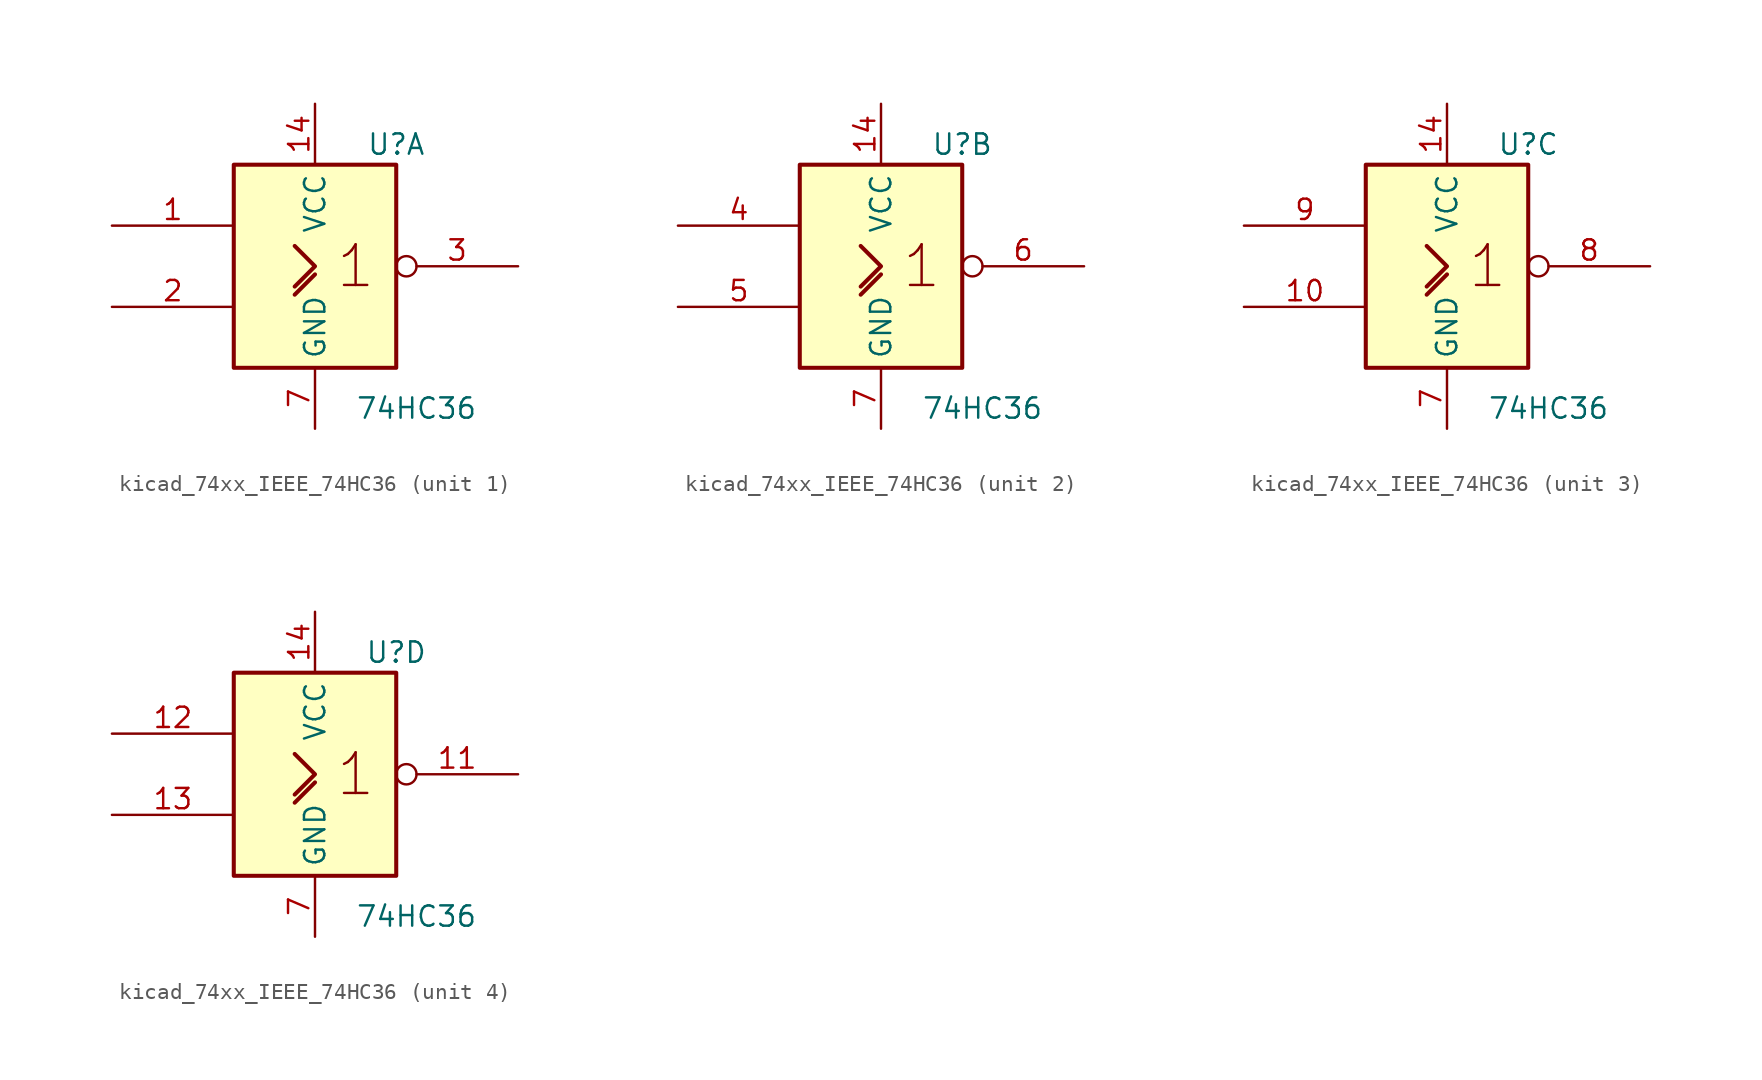
<source format=kicad_sym>
(kicad_symbol_lib
  (version 20220914)
  (generator kicad_symbol_editor)
  (symbol "kicad_74xx_IEEE_74HC36"
    (property "Reference" "U"
      (at 5.08 7.62 0)
      (effects (font (size 1.27 1.27))))
    (property "Value" "74HC36"
      (at 6.35 -8.89 0)
      (effects (font (size 1.27 1.27))))
    (symbol "kicad_74xx_IEEE_74HC36_0_0"
      (polyline (pts (xy -1.27 -1.778) (xy 0 -0.508) (xy 0 -0.508)) (stroke (width 0.254) (type default)) (fill (type background)))
      (polyline (pts (xy -1.27 1.27) (xy 0 0) (xy -1.27 -1.27) (xy -1.27 -1.27)) (stroke (width 0.254) (type default)) (fill (type background)))
      (text "1" (at 2.54 0 0) (effects (font (size 2.54 2.54)))))
    (symbol "kicad_74xx_IEEE_74HC36_0_1"
      (rectangle (start -5.08 6.35) (end 5.08 -6.35) (stroke (width 0.254) (type default)) (fill (type background)))
      (pin power_in line (at 0 10.16 270) (length 3.81) (name "VCC" (effects (font (size 1.27 1.27)))) (number "14" (effects (font (size 1.27 1.27)))))
      (pin power_in line (at 0 -10.16 90) (length 3.81) (name "GND" (effects (font (size 1.27 1.27)))) (number "7" (effects (font (size 1.27 1.27))))))
    (symbol "kicad_74xx_IEEE_74HC36_1_1"
      (pin input line (at -12.7 2.54 0) (length 7.62) (name "~" (effects (font (size 1.27 1.27)))) (number "1" (effects (font (size 1.27 1.27)))))
      (pin input line (at -12.7 -2.54 0) (length 7.62) (name "~" (effects (font (size 1.27 1.27)))) (number "2" (effects (font (size 1.27 1.27)))))
      (pin output inverted (at 12.7 0 180) (length 7.62) (name "~" (effects (font (size 1.27 1.27)))) (number "3" (effects (font (size 1.27 1.27))))))
    (symbol "kicad_74xx_IEEE_74HC36_2_1"
      (pin input line (at -12.7 2.54 0) (length 7.62) (name "~" (effects (font (size 1.27 1.27)))) (number "4" (effects (font (size 1.27 1.27)))))
      (pin input line (at -12.7 -2.54 0) (length 7.62) (name "~" (effects (font (size 1.27 1.27)))) (number "5" (effects (font (size 1.27 1.27)))))
      (pin output inverted (at 12.7 0 180) (length 7.62) (name "~" (effects (font (size 1.27 1.27)))) (number "6" (effects (font (size 1.27 1.27))))))
    (symbol "kicad_74xx_IEEE_74HC36_3_1"
      (pin input line (at -12.7 -2.54 0) (length 7.62) (name "~" (effects (font (size 1.27 1.27)))) (number "10" (effects (font (size 1.27 1.27)))))
      (pin output inverted (at 12.7 0 180) (length 7.62) (name "~" (effects (font (size 1.27 1.27)))) (number "8" (effects (font (size 1.27 1.27)))))
      (pin input line (at -12.7 2.54 0) (length 7.62) (name "~" (effects (font (size 1.27 1.27)))) (number "9" (effects (font (size 1.27 1.27))))))
    (symbol "kicad_74xx_IEEE_74HC36_4_1"
      (pin output inverted (at 12.7 0 180) (length 7.62) (name "~" (effects (font (size 1.27 1.27)))) (number "11" (effects (font (size 1.27 1.27)))))
      (pin input line (at -12.7 2.54 0) (length 7.62) (name "~" (effects (font (size 1.27 1.27)))) (number "12" (effects (font (size 1.27 1.27)))))
      (pin input line (at -12.7 -2.54 0) (length 7.62) (name "~" (effects (font (size 1.27 1.27)))) (number "13" (effects (font (size 1.27 1.27))))))))
</source>
